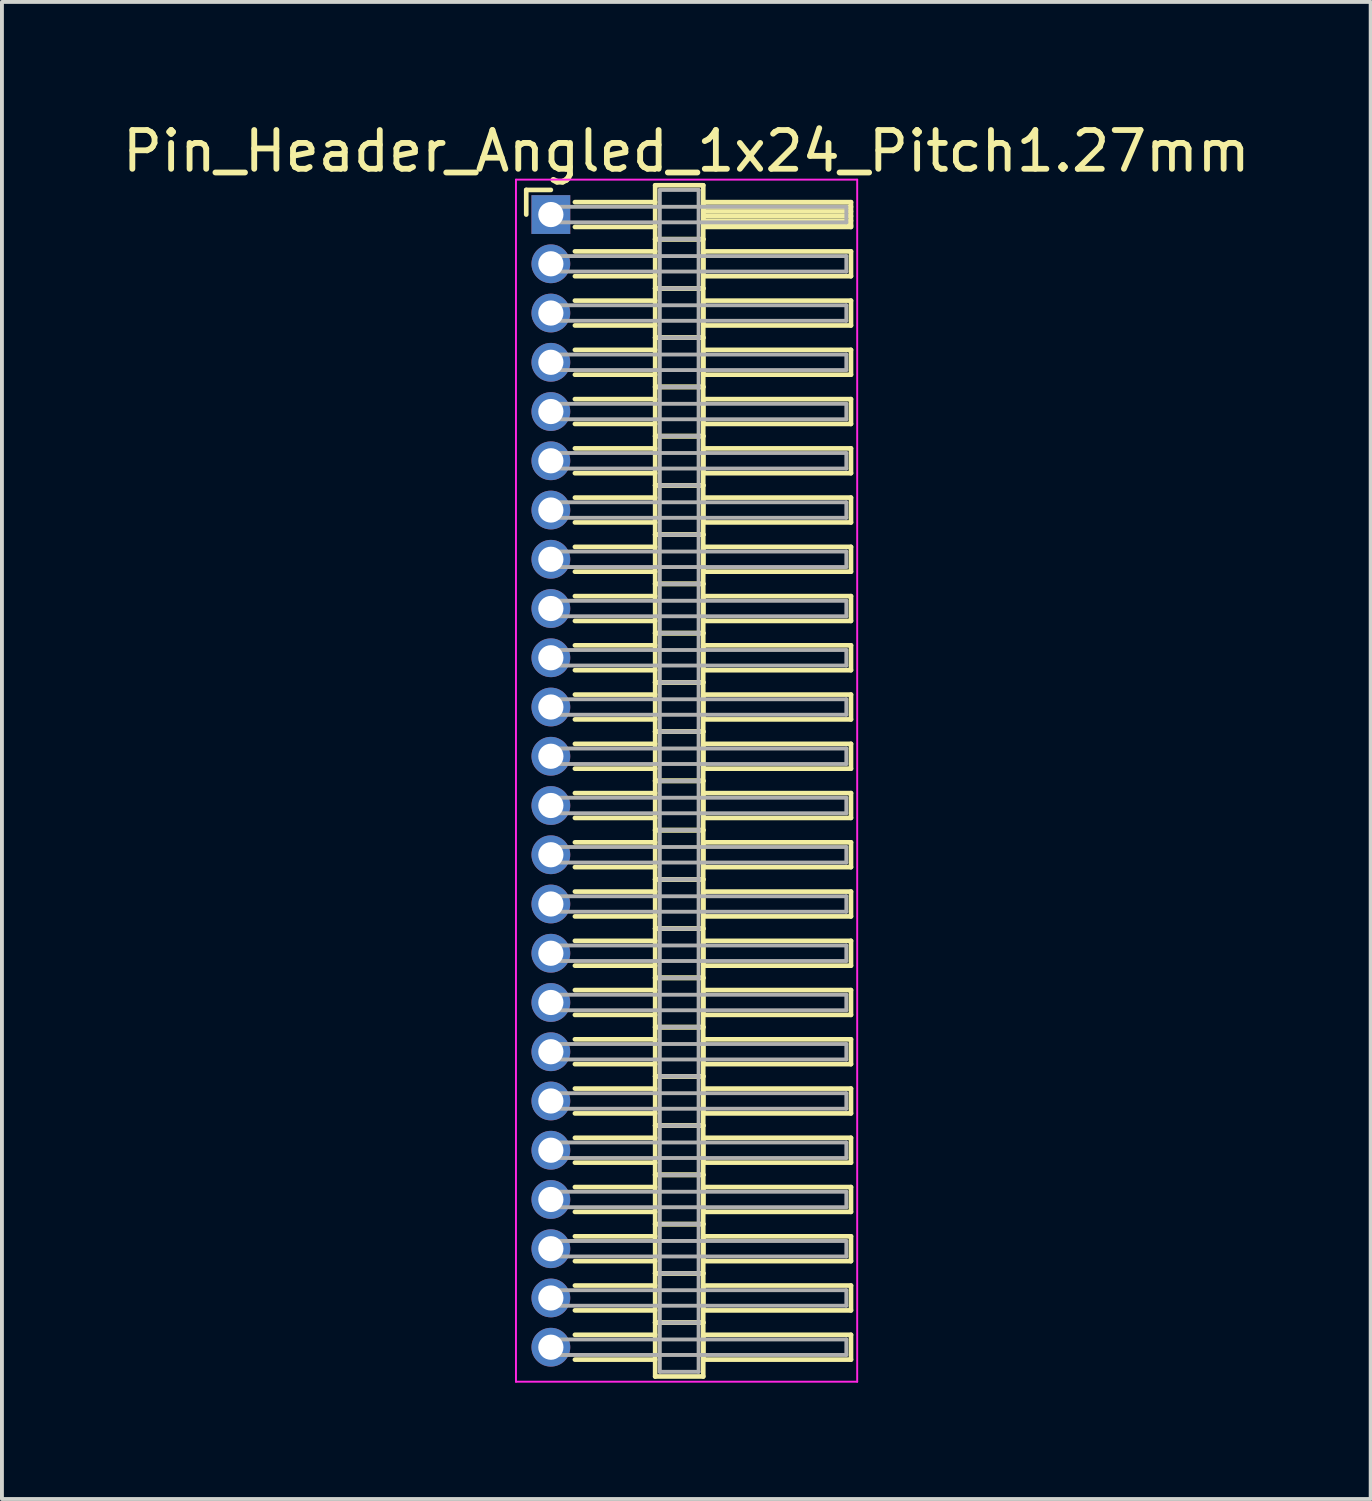
<source format=kicad_pcb>
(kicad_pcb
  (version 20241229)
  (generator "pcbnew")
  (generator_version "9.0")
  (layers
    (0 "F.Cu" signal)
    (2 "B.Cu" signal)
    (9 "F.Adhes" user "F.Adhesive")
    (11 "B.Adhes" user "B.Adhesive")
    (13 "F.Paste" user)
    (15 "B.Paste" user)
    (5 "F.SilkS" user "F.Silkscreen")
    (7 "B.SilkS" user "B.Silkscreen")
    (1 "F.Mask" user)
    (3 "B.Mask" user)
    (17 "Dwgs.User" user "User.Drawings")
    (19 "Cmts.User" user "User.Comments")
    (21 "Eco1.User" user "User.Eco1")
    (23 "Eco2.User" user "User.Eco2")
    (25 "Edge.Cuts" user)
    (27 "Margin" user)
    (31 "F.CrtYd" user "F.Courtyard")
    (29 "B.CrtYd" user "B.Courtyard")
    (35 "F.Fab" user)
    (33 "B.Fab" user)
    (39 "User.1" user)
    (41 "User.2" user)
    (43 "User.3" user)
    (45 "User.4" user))
  (footprint "Pin_Header_Angled_1x24_Pitch1.27mm"
    (layer "F.Cu")
    (at 11.156 2.483)
    (property "Reference" "Pin_Header_Angled_1x24_Pitch1.27mm" (at 3.493 -1.635 0) (layer "F.SilkS") (effects (font (size 1 1) (thickness 0.15))))
    (attr through_hole)
    (fp_line (start -0.635 -0.635) (end 0 -0.635) (stroke (width 0.12) (type solid)) (layer "F.SilkS"))
    (fp_line (start -0.635 0) (end -0.635 -0.635) (stroke (width 0.12) (type solid)) (layer "F.SilkS"))
    (fp_line (start 0.62 -0.32) (end 2.69 -0.32) (stroke (width 0.12) (type solid)) (layer "F.SilkS"))
    (fp_line (start 0.62 0.32) (end 2.69 0.32) (stroke (width 0.12) (type solid)) (layer "F.SilkS"))
    (fp_line (start 0.62 0.95) (end 2.69 0.95) (stroke (width 0.12) (type solid)) (layer "F.SilkS"))
    (fp_line (start 0.62 1.59) (end 2.69 1.59) (stroke (width 0.12) (type solid)) (layer "F.SilkS"))
    (fp_line (start 0.62 2.22) (end 2.69 2.22) (stroke (width 0.12) (type solid)) (layer "F.SilkS"))
    (fp_line (start 0.62 2.86) (end 2.69 2.86) (stroke (width 0.12) (type solid)) (layer "F.SilkS"))
    (fp_line (start 0.62 3.49) (end 2.69 3.49) (stroke (width 0.12) (type solid)) (layer "F.SilkS"))
    (fp_line (start 0.62 4.13) (end 2.69 4.13) (stroke (width 0.12) (type solid)) (layer "F.SilkS"))
    (fp_line (start 0.62 4.76) (end 2.69 4.76) (stroke (width 0.12) (type solid)) (layer "F.SilkS"))
    (fp_line (start 0.62 5.4) (end 2.69 5.4) (stroke (width 0.12) (type solid)) (layer "F.SilkS"))
    (fp_line (start 0.62 6.03) (end 2.69 6.03) (stroke (width 0.12) (type solid)) (layer "F.SilkS"))
    (fp_line (start 0.62 6.67) (end 2.69 6.67) (stroke (width 0.12) (type solid)) (layer "F.SilkS"))
    (fp_line (start 0.62 7.3) (end 2.69 7.3) (stroke (width 0.12) (type solid)) (layer "F.SilkS"))
    (fp_line (start 0.62 7.94) (end 2.69 7.94) (stroke (width 0.12) (type solid)) (layer "F.SilkS"))
    (fp_line (start 0.62 8.57) (end 2.69 8.57) (stroke (width 0.12) (type solid)) (layer "F.SilkS"))
    (fp_line (start 0.62 9.21) (end 2.69 9.21) (stroke (width 0.12) (type solid)) (layer "F.SilkS"))
    (fp_line (start 0.62 9.84) (end 2.69 9.84) (stroke (width 0.12) (type solid)) (layer "F.SilkS"))
    (fp_line (start 0.62 10.48) (end 2.69 10.48) (stroke (width 0.12) (type solid)) (layer "F.SilkS"))
    (fp_line (start 0.62 11.11) (end 2.69 11.11) (stroke (width 0.12) (type solid)) (layer "F.SilkS"))
    (fp_line (start 0.62 11.75) (end 2.69 11.75) (stroke (width 0.12) (type solid)) (layer "F.SilkS"))
    (fp_line (start 0.62 12.38) (end 2.69 12.38) (stroke (width 0.12) (type solid)) (layer "F.SilkS"))
    (fp_line (start 0.62 13.02) (end 2.69 13.02) (stroke (width 0.12) (type solid)) (layer "F.SilkS"))
    (fp_line (start 0.62 13.65) (end 2.69 13.65) (stroke (width 0.12) (type solid)) (layer "F.SilkS"))
    (fp_line (start 0.62 14.29) (end 2.69 14.29) (stroke (width 0.12) (type solid)) (layer "F.SilkS"))
    (fp_line (start 0.62 14.92) (end 2.69 14.92) (stroke (width 0.12) (type solid)) (layer "F.SilkS"))
    (fp_line (start 0.62 15.56) (end 2.69 15.56) (stroke (width 0.12) (type solid)) (layer "F.SilkS"))
    (fp_line (start 0.62 16.19) (end 2.69 16.19) (stroke (width 0.12) (type solid)) (layer "F.SilkS"))
    (fp_line (start 0.62 16.83) (end 2.69 16.83) (stroke (width 0.12) (type solid)) (layer "F.SilkS"))
    (fp_line (start 0.62 17.46) (end 2.69 17.46) (stroke (width 0.12) (type solid)) (layer "F.SilkS"))
    (fp_line (start 0.62 18.1) (end 2.69 18.1) (stroke (width 0.12) (type solid)) (layer "F.SilkS"))
    (fp_line (start 0.62 18.73) (end 2.69 18.73) (stroke (width 0.12) (type solid)) (layer "F.SilkS"))
    (fp_line (start 0.62 19.37) (end 2.69 19.37) (stroke (width 0.12) (type solid)) (layer "F.SilkS"))
    (fp_line (start 0.62 20) (end 2.69 20) (stroke (width 0.12) (type solid)) (layer "F.SilkS"))
    (fp_line (start 0.62 20.64) (end 2.69 20.64) (stroke (width 0.12) (type solid)) (layer "F.SilkS"))
    (fp_line (start 0.62 21.27) (end 2.69 21.27) (stroke (width 0.12) (type solid)) (layer "F.SilkS"))
    (fp_line (start 0.62 21.91) (end 2.69 21.91) (stroke (width 0.12) (type solid)) (layer "F.SilkS"))
    (fp_line (start 0.62 22.54) (end 2.69 22.54) (stroke (width 0.12) (type solid)) (layer "F.SilkS"))
    (fp_line (start 0.62 23.18) (end 2.69 23.18) (stroke (width 0.12) (type solid)) (layer "F.SilkS"))
    (fp_line (start 0.62 23.81) (end 2.69 23.81) (stroke (width 0.12) (type solid)) (layer "F.SilkS"))
    (fp_line (start 0.62 24.45) (end 2.69 24.45) (stroke (width 0.12) (type solid)) (layer "F.SilkS"))
    (fp_line (start 0.62 25.08) (end 2.69 25.08) (stroke (width 0.12) (type solid)) (layer "F.SilkS"))
    (fp_line (start 0.62 25.72) (end 2.69 25.72) (stroke (width 0.12) (type solid)) (layer "F.SilkS"))
    (fp_line (start 0.62 26.35) (end 2.69 26.35) (stroke (width 0.12) (type solid)) (layer "F.SilkS"))
    (fp_line (start 0.62 26.99) (end 2.69 26.99) (stroke (width 0.12) (type solid)) (layer "F.SilkS"))
    (fp_line (start 0.62 27.62) (end 2.69 27.62) (stroke (width 0.12) (type solid)) (layer "F.SilkS"))
    (fp_line (start 0.62 28.26) (end 2.69 28.26) (stroke (width 0.12) (type solid)) (layer "F.SilkS"))
    (fp_line (start 0.62 28.89) (end 2.69 28.89) (stroke (width 0.12) (type solid)) (layer "F.SilkS"))
    (fp_line (start 0.62 29.53) (end 2.69 29.53) (stroke (width 0.12) (type solid)) (layer "F.SilkS"))
    (fp_line (start 2.69 -0.755) (end 2.69 0.635) (stroke (width 0.12) (type solid)) (layer "F.SilkS"))
    (fp_line (start 2.69 0.635) (end 2.69 1.905) (stroke (width 0.12) (type solid)) (layer "F.SilkS"))
    (fp_line (start 2.69 0.635) (end 3.93 0.635) (stroke (width 0.12) (type solid)) (layer "F.SilkS"))
    (fp_line (start 2.69 1.905) (end 2.69 3.175) (stroke (width 0.12) (type solid)) (layer "F.SilkS"))
    (fp_line (start 2.69 1.905) (end 3.93 1.905) (stroke (width 0.12) (type solid)) (layer "F.SilkS"))
    (fp_line (start 2.69 3.175) (end 2.69 4.445) (stroke (width 0.12) (type solid)) (layer "F.SilkS"))
    (fp_line (start 2.69 3.175) (end 3.93 3.175) (stroke (width 0.12) (type solid)) (layer "F.SilkS"))
    (fp_line (start 2.69 4.445) (end 2.69 5.715) (stroke (width 0.12) (type solid)) (layer "F.SilkS"))
    (fp_line (start 2.69 4.445) (end 3.93 4.445) (stroke (width 0.12) (type solid)) (layer "F.SilkS"))
    (fp_line (start 2.69 5.715) (end 2.69 6.985) (stroke (width 0.12) (type solid)) (layer "F.SilkS"))
    (fp_line (start 2.69 5.715) (end 3.93 5.715) (stroke (width 0.12) (type solid)) (layer "F.SilkS"))
    (fp_line (start 2.69 6.985) (end 2.69 8.255) (stroke (width 0.12) (type solid)) (layer "F.SilkS"))
    (fp_line (start 2.69 6.985) (end 3.93 6.985) (stroke (width 0.12) (type solid)) (layer "F.SilkS"))
    (fp_line (start 2.69 8.255) (end 2.69 9.525) (stroke (width 0.12) (type solid)) (layer "F.SilkS"))
    (fp_line (start 2.69 8.255) (end 3.93 8.255) (stroke (width 0.12) (type solid)) (layer "F.SilkS"))
    (fp_line (start 2.69 9.525) (end 2.69 10.795) (stroke (width 0.12) (type solid)) (layer "F.SilkS"))
    (fp_line (start 2.69 9.525) (end 3.93 9.525) (stroke (width 0.12) (type solid)) (layer "F.SilkS"))
    (fp_line (start 2.69 10.795) (end 2.69 12.065) (stroke (width 0.12) (type solid)) (layer "F.SilkS"))
    (fp_line (start 2.69 10.795) (end 3.93 10.795) (stroke (width 0.12) (type solid)) (layer "F.SilkS"))
    (fp_line (start 2.69 12.065) (end 2.69 13.335) (stroke (width 0.12) (type solid)) (layer "F.SilkS"))
    (fp_line (start 2.69 12.065) (end 3.93 12.065) (stroke (width 0.12) (type solid)) (layer "F.SilkS"))
    (fp_line (start 2.69 13.335) (end 2.69 14.605) (stroke (width 0.12) (type solid)) (layer "F.SilkS"))
    (fp_line (start 2.69 13.335) (end 3.93 13.335) (stroke (width 0.12) (type solid)) (layer "F.SilkS"))
    (fp_line (start 2.69 14.605) (end 2.69 15.875) (stroke (width 0.12) (type solid)) (layer "F.SilkS"))
    (fp_line (start 2.69 14.605) (end 3.93 14.605) (stroke (width 0.12) (type solid)) (layer "F.SilkS"))
    (fp_line (start 2.69 15.875) (end 2.69 17.145) (stroke (width 0.12) (type solid)) (layer "F.SilkS"))
    (fp_line (start 2.69 15.875) (end 3.93 15.875) (stroke (width 0.12) (type solid)) (layer "F.SilkS"))
    (fp_line (start 2.69 17.145) (end 2.69 18.415) (stroke (width 0.12) (type solid)) (layer "F.SilkS"))
    (fp_line (start 2.69 17.145) (end 3.93 17.145) (stroke (width 0.12) (type solid)) (layer "F.SilkS"))
    (fp_line (start 2.69 18.415) (end 2.69 19.685) (stroke (width 0.12) (type solid)) (layer "F.SilkS"))
    (fp_line (start 2.69 18.415) (end 3.93 18.415) (stroke (width 0.12) (type solid)) (layer "F.SilkS"))
    (fp_line (start 2.69 19.685) (end 2.69 20.955) (stroke (width 0.12) (type solid)) (layer "F.SilkS"))
    (fp_line (start 2.69 19.685) (end 3.93 19.685) (stroke (width 0.12) (type solid)) (layer "F.SilkS"))
    (fp_line (start 2.69 20.955) (end 2.69 22.225) (stroke (width 0.12) (type solid)) (layer "F.SilkS"))
    (fp_line (start 2.69 20.955) (end 3.93 20.955) (stroke (width 0.12) (type solid)) (layer "F.SilkS"))
    (fp_line (start 2.69 22.225) (end 2.69 23.495) (stroke (width 0.12) (type solid)) (layer "F.SilkS"))
    (fp_line (start 2.69 22.225) (end 3.93 22.225) (stroke (width 0.12) (type solid)) (layer "F.SilkS"))
    (fp_line (start 2.69 23.495) (end 2.69 24.765) (stroke (width 0.12) (type solid)) (layer "F.SilkS"))
    (fp_line (start 2.69 23.495) (end 3.93 23.495) (stroke (width 0.12) (type solid)) (layer "F.SilkS"))
    (fp_line (start 2.69 24.765) (end 2.69 26.035) (stroke (width 0.12) (type solid)) (layer "F.SilkS"))
    (fp_line (start 2.69 24.765) (end 3.93 24.765) (stroke (width 0.12) (type solid)) (layer "F.SilkS"))
    (fp_line (start 2.69 26.035) (end 2.69 27.305) (stroke (width 0.12) (type solid)) (layer "F.SilkS"))
    (fp_line (start 2.69 26.035) (end 3.93 26.035) (stroke (width 0.12) (type solid)) (layer "F.SilkS"))
    (fp_line (start 2.69 27.305) (end 2.69 28.575) (stroke (width 0.12) (type solid)) (layer "F.SilkS"))
    (fp_line (start 2.69 27.305) (end 3.93 27.305) (stroke (width 0.12) (type solid)) (layer "F.SilkS"))
    (fp_line (start 2.69 28.575) (end 2.69 29.965) (stroke (width 0.12) (type solid)) (layer "F.SilkS"))
    (fp_line (start 2.69 28.575) (end 3.93 28.575) (stroke (width 0.12) (type solid)) (layer "F.SilkS"))
    (fp_line (start 2.69 29.965) (end 3.93 29.965) (stroke (width 0.12) (type solid)) (layer "F.SilkS"))
    (fp_line (start 3.93 -0.755) (end 2.69 -0.755) (stroke (width 0.12) (type solid)) (layer "F.SilkS"))
    (fp_line (start 3.93 -0.32) (end 3.93 0.32) (stroke (width 0.12) (type solid)) (layer "F.SilkS"))
    (fp_line (start 3.93 -0.2) (end 7.74 -0.2) (stroke (width 0.12) (type solid)) (layer "F.SilkS"))
    (fp_line (start 3.93 -0.08) (end 7.74 -0.08) (stroke (width 0.12) (type solid)) (layer "F.SilkS"))
    (fp_line (start 3.93 0.04) (end 7.74 0.04) (stroke (width 0.12) (type solid)) (layer "F.SilkS"))
    (fp_line (start 3.93 0.16) (end 7.74 0.16) (stroke (width 0.12) (type solid)) (layer "F.SilkS"))
    (fp_line (start 3.93 0.28) (end 7.74 0.28) (stroke (width 0.12) (type solid)) (layer "F.SilkS"))
    (fp_line (start 3.93 0.32) (end 7.74 0.32) (stroke (width 0.12) (type solid)) (layer "F.SilkS"))
    (fp_line (start 3.93 0.635) (end 2.69 0.635) (stroke (width 0.12) (type solid)) (layer "F.SilkS"))
    (fp_line (start 3.93 0.635) (end 3.93 -0.755) (stroke (width 0.12) (type solid)) (layer "F.SilkS"))
    (fp_line (start 3.93 0.95) (end 3.93 1.59) (stroke (width 0.12) (type solid)) (layer "F.SilkS"))
    (fp_line (start 3.93 1.59) (end 7.74 1.59) (stroke (width 0.12) (type solid)) (layer "F.SilkS"))
    (fp_line (start 3.93 1.905) (end 2.69 1.905) (stroke (width 0.12) (type solid)) (layer "F.SilkS"))
    (fp_line (start 3.93 1.905) (end 3.93 0.635) (stroke (width 0.12) (type solid)) (layer "F.SilkS"))
    (fp_line (start 3.93 2.22) (end 3.93 2.86) (stroke (width 0.12) (type solid)) (layer "F.SilkS"))
    (fp_line (start 3.93 2.86) (end 7.74 2.86) (stroke (width 0.12) (type solid)) (layer "F.SilkS"))
    (fp_line (start 3.93 3.175) (end 2.69 3.175) (stroke (width 0.12) (type solid)) (layer "F.SilkS"))
    (fp_line (start 3.93 3.175) (end 3.93 1.905) (stroke (width 0.12) (type solid)) (layer "F.SilkS"))
    (fp_line (start 3.93 3.49) (end 3.93 4.13) (stroke (width 0.12) (type solid)) (layer "F.SilkS"))
    (fp_line (start 3.93 4.13) (end 7.74 4.13) (stroke (width 0.12) (type solid)) (layer "F.SilkS"))
    (fp_line (start 3.93 4.445) (end 2.69 4.445) (stroke (width 0.12) (type solid)) (layer "F.SilkS"))
    (fp_line (start 3.93 4.445) (end 3.93 3.175) (stroke (width 0.12) (type solid)) (layer "F.SilkS"))
    (fp_line (start 3.93 4.76) (end 3.93 5.4) (stroke (width 0.12) (type solid)) (layer "F.SilkS"))
    (fp_line (start 3.93 5.4) (end 7.74 5.4) (stroke (width 0.12) (type solid)) (layer "F.SilkS"))
    (fp_line (start 3.93 5.715) (end 2.69 5.715) (stroke (width 0.12) (type solid)) (layer "F.SilkS"))
    (fp_line (start 3.93 5.715) (end 3.93 4.445) (stroke (width 0.12) (type solid)) (layer "F.SilkS"))
    (fp_line (start 3.93 6.03) (end 3.93 6.67) (stroke (width 0.12) (type solid)) (layer "F.SilkS"))
    (fp_line (start 3.93 6.67) (end 7.74 6.67) (stroke (width 0.12) (type solid)) (layer "F.SilkS"))
    (fp_line (start 3.93 6.985) (end 2.69 6.985) (stroke (width 0.12) (type solid)) (layer "F.SilkS"))
    (fp_line (start 3.93 6.985) (end 3.93 5.715) (stroke (width 0.12) (type solid)) (layer "F.SilkS"))
    (fp_line (start 3.93 7.3) (end 3.93 7.94) (stroke (width 0.12) (type solid)) (layer "F.SilkS"))
    (fp_line (start 3.93 7.94) (end 7.74 7.94) (stroke (width 0.12) (type solid)) (layer "F.SilkS"))
    (fp_line (start 3.93 8.255) (end 2.69 8.255) (stroke (width 0.12) (type solid)) (layer "F.SilkS"))
    (fp_line (start 3.93 8.255) (end 3.93 6.985) (stroke (width 0.12) (type solid)) (layer "F.SilkS"))
    (fp_line (start 3.93 8.57) (end 3.93 9.21) (stroke (width 0.12) (type solid)) (layer "F.SilkS"))
    (fp_line (start 3.93 9.21) (end 7.74 9.21) (stroke (width 0.12) (type solid)) (layer "F.SilkS"))
    (fp_line (start 3.93 9.525) (end 2.69 9.525) (stroke (width 0.12) (type solid)) (layer "F.SilkS"))
    (fp_line (start 3.93 9.525) (end 3.93 8.255) (stroke (width 0.12) (type solid)) (layer "F.SilkS"))
    (fp_line (start 3.93 9.84) (end 3.93 10.48) (stroke (width 0.12) (type solid)) (layer "F.SilkS"))
    (fp_line (start 3.93 10.48) (end 7.74 10.48) (stroke (width 0.12) (type solid)) (layer "F.SilkS"))
    (fp_line (start 3.93 10.795) (end 2.69 10.795) (stroke (width 0.12) (type solid)) (layer "F.SilkS"))
    (fp_line (start 3.93 10.795) (end 3.93 9.525) (stroke (width 0.12) (type solid)) (layer "F.SilkS"))
    (fp_line (start 3.93 11.11) (end 3.93 11.75) (stroke (width 0.12) (type solid)) (layer "F.SilkS"))
    (fp_line (start 3.93 11.75) (end 7.74 11.75) (stroke (width 0.12) (type solid)) (layer "F.SilkS"))
    (fp_line (start 3.93 12.065) (end 2.69 12.065) (stroke (width 0.12) (type solid)) (layer "F.SilkS"))
    (fp_line (start 3.93 12.065) (end 3.93 10.795) (stroke (width 0.12) (type solid)) (layer "F.SilkS"))
    (fp_line (start 3.93 12.38) (end 3.93 13.02) (stroke (width 0.12) (type solid)) (layer "F.SilkS"))
    (fp_line (start 3.93 13.02) (end 7.74 13.02) (stroke (width 0.12) (type solid)) (layer "F.SilkS"))
    (fp_line (start 3.93 13.335) (end 2.69 13.335) (stroke (width 0.12) (type solid)) (layer "F.SilkS"))
    (fp_line (start 3.93 13.335) (end 3.93 12.065) (stroke (width 0.12) (type solid)) (layer "F.SilkS"))
    (fp_line (start 3.93 13.65) (end 3.93 14.29) (stroke (width 0.12) (type solid)) (layer "F.SilkS"))
    (fp_line (start 3.93 14.29) (end 7.74 14.29) (stroke (width 0.12) (type solid)) (layer "F.SilkS"))
    (fp_line (start 3.93 14.605) (end 2.69 14.605) (stroke (width 0.12) (type solid)) (layer "F.SilkS"))
    (fp_line (start 3.93 14.605) (end 3.93 13.335) (stroke (width 0.12) (type solid)) (layer "F.SilkS"))
    (fp_line (start 3.93 14.92) (end 3.93 15.56) (stroke (width 0.12) (type solid)) (layer "F.SilkS"))
    (fp_line (start 3.93 15.56) (end 7.74 15.56) (stroke (width 0.12) (type solid)) (layer "F.SilkS"))
    (fp_line (start 3.93 15.875) (end 2.69 15.875) (stroke (width 0.12) (type solid)) (layer "F.SilkS"))
    (fp_line (start 3.93 15.875) (end 3.93 14.605) (stroke (width 0.12) (type solid)) (layer "F.SilkS"))
    (fp_line (start 3.93 16.19) (end 3.93 16.83) (stroke (width 0.12) (type solid)) (layer "F.SilkS"))
    (fp_line (start 3.93 16.83) (end 7.74 16.83) (stroke (width 0.12) (type solid)) (layer "F.SilkS"))
    (fp_line (start 3.93 17.145) (end 2.69 17.145) (stroke (width 0.12) (type solid)) (layer "F.SilkS"))
    (fp_line (start 3.93 17.145) (end 3.93 15.875) (stroke (width 0.12) (type solid)) (layer "F.SilkS"))
    (fp_line (start 3.93 17.46) (end 3.93 18.1) (stroke (width 0.12) (type solid)) (layer "F.SilkS"))
    (fp_line (start 3.93 18.1) (end 7.74 18.1) (stroke (width 0.12) (type solid)) (layer "F.SilkS"))
    (fp_line (start 3.93 18.415) (end 2.69 18.415) (stroke (width 0.12) (type solid)) (layer "F.SilkS"))
    (fp_line (start 3.93 18.415) (end 3.93 17.145) (stroke (width 0.12) (type solid)) (layer "F.SilkS"))
    (fp_line (start 3.93 18.73) (end 3.93 19.37) (stroke (width 0.12) (type solid)) (layer "F.SilkS"))
    (fp_line (start 3.93 19.37) (end 7.74 19.37) (stroke (width 0.12) (type solid)) (layer "F.SilkS"))
    (fp_line (start 3.93 19.685) (end 2.69 19.685) (stroke (width 0.12) (type solid)) (layer "F.SilkS"))
    (fp_line (start 3.93 19.685) (end 3.93 18.415) (stroke (width 0.12) (type solid)) (layer "F.SilkS"))
    (fp_line (start 3.93 20) (end 3.93 20.64) (stroke (width 0.12) (type solid)) (layer "F.SilkS"))
    (fp_line (start 3.93 20.64) (end 7.74 20.64) (stroke (width 0.12) (type solid)) (layer "F.SilkS"))
    (fp_line (start 3.93 20.955) (end 2.69 20.955) (stroke (width 0.12) (type solid)) (layer "F.SilkS"))
    (fp_line (start 3.93 20.955) (end 3.93 19.685) (stroke (width 0.12) (type solid)) (layer "F.SilkS"))
    (fp_line (start 3.93 21.27) (end 3.93 21.91) (stroke (width 0.12) (type solid)) (layer "F.SilkS"))
    (fp_line (start 3.93 21.91) (end 7.74 21.91) (stroke (width 0.12) (type solid)) (layer "F.SilkS"))
    (fp_line (start 3.93 22.225) (end 2.69 22.225) (stroke (width 0.12) (type solid)) (layer "F.SilkS"))
    (fp_line (start 3.93 22.225) (end 3.93 20.955) (stroke (width 0.12) (type solid)) (layer "F.SilkS"))
    (fp_line (start 3.93 22.54) (end 3.93 23.18) (stroke (width 0.12) (type solid)) (layer "F.SilkS"))
    (fp_line (start 3.93 23.18) (end 7.74 23.18) (stroke (width 0.12) (type solid)) (layer "F.SilkS"))
    (fp_line (start 3.93 23.495) (end 2.69 23.495) (stroke (width 0.12) (type solid)) (layer "F.SilkS"))
    (fp_line (start 3.93 23.495) (end 3.93 22.225) (stroke (width 0.12) (type solid)) (layer "F.SilkS"))
    (fp_line (start 3.93 23.81) (end 3.93 24.45) (stroke (width 0.12) (type solid)) (layer "F.SilkS"))
    (fp_line (start 3.93 24.45) (end 7.74 24.45) (stroke (width 0.12) (type solid)) (layer "F.SilkS"))
    (fp_line (start 3.93 24.765) (end 2.69 24.765) (stroke (width 0.12) (type solid)) (layer "F.SilkS"))
    (fp_line (start 3.93 24.765) (end 3.93 23.495) (stroke (width 0.12) (type solid)) (layer "F.SilkS"))
    (fp_line (start 3.93 25.08) (end 3.93 25.72) (stroke (width 0.12) (type solid)) (layer "F.SilkS"))
    (fp_line (start 3.93 25.72) (end 7.74 25.72) (stroke (width 0.12) (type solid)) (layer "F.SilkS"))
    (fp_line (start 3.93 26.035) (end 2.69 26.035) (stroke (width 0.12) (type solid)) (layer "F.SilkS"))
    (fp_line (start 3.93 26.035) (end 3.93 24.765) (stroke (width 0.12) (type solid)) (layer "F.SilkS"))
    (fp_line (start 3.93 26.35) (end 3.93 26.99) (stroke (width 0.12) (type solid)) (layer "F.SilkS"))
    (fp_line (start 3.93 26.99) (end 7.74 26.99) (stroke (width 0.12) (type solid)) (layer "F.SilkS"))
    (fp_line (start 3.93 27.305) (end 2.69 27.305) (stroke (width 0.12) (type solid)) (layer "F.SilkS"))
    (fp_line (start 3.93 27.305) (end 3.93 26.035) (stroke (width 0.12) (type solid)) (layer "F.SilkS"))
    (fp_line (start 3.93 27.62) (end 3.93 28.26) (stroke (width 0.12) (type solid)) (layer "F.SilkS"))
    (fp_line (start 3.93 28.26) (end 7.74 28.26) (stroke (width 0.12) (type solid)) (layer "F.SilkS"))
    (fp_line (start 3.93 28.575) (end 2.69 28.575) (stroke (width 0.12) (type solid)) (layer "F.SilkS"))
    (fp_line (start 3.93 28.575) (end 3.93 27.305) (stroke (width 0.12) (type solid)) (layer "F.SilkS"))
    (fp_line (start 3.93 28.89) (end 3.93 29.53) (stroke (width 0.12) (type solid)) (layer "F.SilkS"))
    (fp_line (start 3.93 29.53) (end 7.74 29.53) (stroke (width 0.12) (type solid)) (layer "F.SilkS"))
    (fp_line (start 3.93 29.965) (end 3.93 28.575) (stroke (width 0.12) (type solid)) (layer "F.SilkS"))
    (fp_line (start 7.74 -0.32) (end 3.93 -0.32) (stroke (width 0.12) (type solid)) (layer "F.SilkS"))
    (fp_line (start 7.74 0.32) (end 7.74 -0.32) (stroke (width 0.12) (type solid)) (layer "F.SilkS"))
    (fp_line (start 7.74 0.95) (end 3.93 0.95) (stroke (width 0.12) (type solid)) (layer "F.SilkS"))
    (fp_line (start 7.74 1.59) (end 7.74 0.95) (stroke (width 0.12) (type solid)) (layer "F.SilkS"))
    (fp_line (start 7.74 2.22) (end 3.93 2.22) (stroke (width 0.12) (type solid)) (layer "F.SilkS"))
    (fp_line (start 7.74 2.86) (end 7.74 2.22) (stroke (width 0.12) (type solid)) (layer "F.SilkS"))
    (fp_line (start 7.74 3.49) (end 3.93 3.49) (stroke (width 0.12) (type solid)) (layer "F.SilkS"))
    (fp_line (start 7.74 4.13) (end 7.74 3.49) (stroke (width 0.12) (type solid)) (layer "F.SilkS"))
    (fp_line (start 7.74 4.76) (end 3.93 4.76) (stroke (width 0.12) (type solid)) (layer "F.SilkS"))
    (fp_line (start 7.74 5.4) (end 7.74 4.76) (stroke (width 0.12) (type solid)) (layer "F.SilkS"))
    (fp_line (start 7.74 6.03) (end 3.93 6.03) (stroke (width 0.12) (type solid)) (layer "F.SilkS"))
    (fp_line (start 7.74 6.67) (end 7.74 6.03) (stroke (width 0.12) (type solid)) (layer "F.SilkS"))
    (fp_line (start 7.74 7.3) (end 3.93 7.3) (stroke (width 0.12) (type solid)) (layer "F.SilkS"))
    (fp_line (start 7.74 7.94) (end 7.74 7.3) (stroke (width 0.12) (type solid)) (layer "F.SilkS"))
    (fp_line (start 7.74 8.57) (end 3.93 8.57) (stroke (width 0.12) (type solid)) (layer "F.SilkS"))
    (fp_line (start 7.74 9.21) (end 7.74 8.57) (stroke (width 0.12) (type solid)) (layer "F.SilkS"))
    (fp_line (start 7.74 9.84) (end 3.93 9.84) (stroke (width 0.12) (type solid)) (layer "F.SilkS"))
    (fp_line (start 7.74 10.48) (end 7.74 9.84) (stroke (width 0.12) (type solid)) (layer "F.SilkS"))
    (fp_line (start 7.74 11.11) (end 3.93 11.11) (stroke (width 0.12) (type solid)) (layer "F.SilkS"))
    (fp_line (start 7.74 11.75) (end 7.74 11.11) (stroke (width 0.12) (type solid)) (layer "F.SilkS"))
    (fp_line (start 7.74 12.38) (end 3.93 12.38) (stroke (width 0.12) (type solid)) (layer "F.SilkS"))
    (fp_line (start 7.74 13.02) (end 7.74 12.38) (stroke (width 0.12) (type solid)) (layer "F.SilkS"))
    (fp_line (start 7.74 13.65) (end 3.93 13.65) (stroke (width 0.12) (type solid)) (layer "F.SilkS"))
    (fp_line (start 7.74 14.29) (end 7.74 13.65) (stroke (width 0.12) (type solid)) (layer "F.SilkS"))
    (fp_line (start 7.74 14.92) (end 3.93 14.92) (stroke (width 0.12) (type solid)) (layer "F.SilkS"))
    (fp_line (start 7.74 15.56) (end 7.74 14.92) (stroke (width 0.12) (type solid)) (layer "F.SilkS"))
    (fp_line (start 7.74 16.19) (end 3.93 16.19) (stroke (width 0.12) (type solid)) (layer "F.SilkS"))
    (fp_line (start 7.74 16.83) (end 7.74 16.19) (stroke (width 0.12) (type solid)) (layer "F.SilkS"))
    (fp_line (start 7.74 17.46) (end 3.93 17.46) (stroke (width 0.12) (type solid)) (layer "F.SilkS"))
    (fp_line (start 7.74 18.1) (end 7.74 17.46) (stroke (width 0.12) (type solid)) (layer "F.SilkS"))
    (fp_line (start 7.74 18.73) (end 3.93 18.73) (stroke (width 0.12) (type solid)) (layer "F.SilkS"))
    (fp_line (start 7.74 19.37) (end 7.74 18.73) (stroke (width 0.12) (type solid)) (layer "F.SilkS"))
    (fp_line (start 7.74 20) (end 3.93 20) (stroke (width 0.12) (type solid)) (layer "F.SilkS"))
    (fp_line (start 7.74 20.64) (end 7.74 20) (stroke (width 0.12) (type solid)) (layer "F.SilkS"))
    (fp_line (start 7.74 21.27) (end 3.93 21.27) (stroke (width 0.12) (type solid)) (layer "F.SilkS"))
    (fp_line (start 7.74 21.91) (end 7.74 21.27) (stroke (width 0.12) (type solid)) (layer "F.SilkS"))
    (fp_line (start 7.74 22.54) (end 3.93 22.54) (stroke (width 0.12) (type solid)) (layer "F.SilkS"))
    (fp_line (start 7.74 23.18) (end 7.74 22.54) (stroke (width 0.12) (type solid)) (layer "F.SilkS"))
    (fp_line (start 7.74 23.81) (end 3.93 23.81) (stroke (width 0.12) (type solid)) (layer "F.SilkS"))
    (fp_line (start 7.74 24.45) (end 7.74 23.81) (stroke (width 0.12) (type solid)) (layer "F.SilkS"))
    (fp_line (start 7.74 25.08) (end 3.93 25.08) (stroke (width 0.12) (type solid)) (layer "F.SilkS"))
    (fp_line (start 7.74 25.72) (end 7.74 25.08) (stroke (width 0.12) (type solid)) (layer "F.SilkS"))
    (fp_line (start 7.74 26.35) (end 3.93 26.35) (stroke (width 0.12) (type solid)) (layer "F.SilkS"))
    (fp_line (start 7.74 26.99) (end 7.74 26.35) (stroke (width 0.12) (type solid)) (layer "F.SilkS"))
    (fp_line (start 7.74 27.62) (end 3.93 27.62) (stroke (width 0.12) (type solid)) (layer "F.SilkS"))
    (fp_line (start 7.74 28.26) (end 7.74 27.62) (stroke (width 0.12) (type solid)) (layer "F.SilkS"))
    (fp_line (start 7.74 28.89) (end 3.93 28.89) (stroke (width 0.12) (type solid)) (layer "F.SilkS"))
    (fp_line (start 7.74 29.53) (end 7.74 28.89) (stroke (width 0.12) (type solid)) (layer "F.SilkS"))
    (fp_line (start -0.9 -0.9) (end -0.9 30.1) (stroke (width 0.05) (type solid)) (layer "F.CrtYd"))
    (fp_line (start -0.9 30.1) (end 7.9 30.1) (stroke (width 0.05) (type solid)) (layer "F.CrtYd"))
    (fp_line (start 7.9 -0.9) (end -0.9 -0.9) (stroke (width 0.05) (type solid)) (layer "F.CrtYd"))
    (fp_line (start 7.9 30.1) (end 7.9 -0.9) (stroke (width 0.05) (type solid)) (layer "F.CrtYd"))
    (fp_line (start 0 -0.2) (end 0 0.2) (stroke (width 0.1) (type solid)) (layer "F.Fab"))
    (fp_line (start 0 0.2) (end 7.62 0.2) (stroke (width 0.1) (type solid)) (layer "F.Fab"))
    (fp_line (start 0 1.07) (end 0 1.47) (stroke (width 0.1) (type solid)) (layer "F.Fab"))
    (fp_line (start 0 1.47) (end 7.62 1.47) (stroke (width 0.1) (type solid)) (layer "F.Fab"))
    (fp_line (start 0 2.34) (end 0 2.74) (stroke (width 0.1) (type solid)) (layer "F.Fab"))
    (fp_line (start 0 2.74) (end 7.62 2.74) (stroke (width 0.1) (type solid)) (layer "F.Fab"))
    (fp_line (start 0 3.61) (end 0 4.01) (stroke (width 0.1) (type solid)) (layer "F.Fab"))
    (fp_line (start 0 4.01) (end 7.62 4.01) (stroke (width 0.1) (type solid)) (layer "F.Fab"))
    (fp_line (start 0 4.88) (end 0 5.28) (stroke (width 0.1) (type solid)) (layer "F.Fab"))
    (fp_line (start 0 5.28) (end 7.62 5.28) (stroke (width 0.1) (type solid)) (layer "F.Fab"))
    (fp_line (start 0 6.15) (end 0 6.55) (stroke (width 0.1) (type solid)) (layer "F.Fab"))
    (fp_line (start 0 6.55) (end 7.62 6.55) (stroke (width 0.1) (type solid)) (layer "F.Fab"))
    (fp_line (start 0 7.42) (end 0 7.82) (stroke (width 0.1) (type solid)) (layer "F.Fab"))
    (fp_line (start 0 7.82) (end 7.62 7.82) (stroke (width 0.1) (type solid)) (layer "F.Fab"))
    (fp_line (start 0 8.69) (end 0 9.09) (stroke (width 0.1) (type solid)) (layer "F.Fab"))
    (fp_line (start 0 9.09) (end 7.62 9.09) (stroke (width 0.1) (type solid)) (layer "F.Fab"))
    (fp_line (start 0 9.96) (end 0 10.36) (stroke (width 0.1) (type solid)) (layer "F.Fab"))
    (fp_line (start 0 10.36) (end 7.62 10.36) (stroke (width 0.1) (type solid)) (layer "F.Fab"))
    (fp_line (start 0 11.23) (end 0 11.63) (stroke (width 0.1) (type solid)) (layer "F.Fab"))
    (fp_line (start 0 11.63) (end 7.62 11.63) (stroke (width 0.1) (type solid)) (layer "F.Fab"))
    (fp_line (start 0 12.5) (end 0 12.9) (stroke (width 0.1) (type solid)) (layer "F.Fab"))
    (fp_line (start 0 12.9) (end 7.62 12.9) (stroke (width 0.1) (type solid)) (layer "F.Fab"))
    (fp_line (start 0 13.77) (end 0 14.17) (stroke (width 0.1) (type solid)) (layer "F.Fab"))
    (fp_line (start 0 14.17) (end 7.62 14.17) (stroke (width 0.1) (type solid)) (layer "F.Fab"))
    (fp_line (start 0 15.04) (end 0 15.44) (stroke (width 0.1) (type solid)) (layer "F.Fab"))
    (fp_line (start 0 15.44) (end 7.62 15.44) (stroke (width 0.1) (type solid)) (layer "F.Fab"))
    (fp_line (start 0 16.31) (end 0 16.71) (stroke (width 0.1) (type solid)) (layer "F.Fab"))
    (fp_line (start 0 16.71) (end 7.62 16.71) (stroke (width 0.1) (type solid)) (layer "F.Fab"))
    (fp_line (start 0 17.58) (end 0 17.98) (stroke (width 0.1) (type solid)) (layer "F.Fab"))
    (fp_line (start 0 17.98) (end 7.62 17.98) (stroke (width 0.1) (type solid)) (layer "F.Fab"))
    (fp_line (start 0 18.85) (end 0 19.25) (stroke (width 0.1) (type solid)) (layer "F.Fab"))
    (fp_line (start 0 19.25) (end 7.62 19.25) (stroke (width 0.1) (type solid)) (layer "F.Fab"))
    (fp_line (start 0 20.12) (end 0 20.52) (stroke (width 0.1) (type solid)) (layer "F.Fab"))
    (fp_line (start 0 20.52) (end 7.62 20.52) (stroke (width 0.1) (type solid)) (layer "F.Fab"))
    (fp_line (start 0 21.39) (end 0 21.79) (stroke (width 0.1) (type solid)) (layer "F.Fab"))
    (fp_line (start 0 21.79) (end 7.62 21.79) (stroke (width 0.1) (type solid)) (layer "F.Fab"))
    (fp_line (start 0 22.66) (end 0 23.06) (stroke (width 0.1) (type solid)) (layer "F.Fab"))
    (fp_line (start 0 23.06) (end 7.62 23.06) (stroke (width 0.1) (type solid)) (layer "F.Fab"))
    (fp_line (start 0 23.93) (end 0 24.33) (stroke (width 0.1) (type solid)) (layer "F.Fab"))
    (fp_line (start 0 24.33) (end 7.62 24.33) (stroke (width 0.1) (type solid)) (layer "F.Fab"))
    (fp_line (start 0 25.2) (end 0 25.6) (stroke (width 0.1) (type solid)) (layer "F.Fab"))
    (fp_line (start 0 25.6) (end 7.62 25.6) (stroke (width 0.1) (type solid)) (layer "F.Fab"))
    (fp_line (start 0 26.47) (end 0 26.87) (stroke (width 0.1) (type solid)) (layer "F.Fab"))
    (fp_line (start 0 26.87) (end 7.62 26.87) (stroke (width 0.1) (type solid)) (layer "F.Fab"))
    (fp_line (start 0 27.74) (end 0 28.14) (stroke (width 0.1) (type solid)) (layer "F.Fab"))
    (fp_line (start 0 28.14) (end 7.62 28.14) (stroke (width 0.1) (type solid)) (layer "F.Fab"))
    (fp_line (start 0 29.01) (end 0 29.41) (stroke (width 0.1) (type solid)) (layer "F.Fab"))
    (fp_line (start 0 29.41) (end 7.62 29.41) (stroke (width 0.1) (type solid)) (layer "F.Fab"))
    (fp_line (start 2.81 -0.635) (end 2.81 0.635) (stroke (width 0.1) (type solid)) (layer "F.Fab"))
    (fp_line (start 2.81 0.635) (end 2.81 1.905) (stroke (width 0.1) (type solid)) (layer "F.Fab"))
    (fp_line (start 2.81 0.635) (end 3.81 0.635) (stroke (width 0.1) (type solid)) (layer "F.Fab"))
    (fp_line (start 2.81 1.905) (end 2.81 3.175) (stroke (width 0.1) (type solid)) (layer "F.Fab"))
    (fp_line (start 2.81 1.905) (end 3.81 1.905) (stroke (width 0.1) (type solid)) (layer "F.Fab"))
    (fp_line (start 2.81 3.175) (end 2.81 4.445) (stroke (width 0.1) (type solid)) (layer "F.Fab"))
    (fp_line (start 2.81 3.175) (end 3.81 3.175) (stroke (width 0.1) (type solid)) (layer "F.Fab"))
    (fp_line (start 2.81 4.445) (end 2.81 5.715) (stroke (width 0.1) (type solid)) (layer "F.Fab"))
    (fp_line (start 2.81 4.445) (end 3.81 4.445) (stroke (width 0.1) (type solid)) (layer "F.Fab"))
    (fp_line (start 2.81 5.715) (end 2.81 6.985) (stroke (width 0.1) (type solid)) (layer "F.Fab"))
    (fp_line (start 2.81 5.715) (end 3.81 5.715) (stroke (width 0.1) (type solid)) (layer "F.Fab"))
    (fp_line (start 2.81 6.985) (end 2.81 8.255) (stroke (width 0.1) (type solid)) (layer "F.Fab"))
    (fp_line (start 2.81 6.985) (end 3.81 6.985) (stroke (width 0.1) (type solid)) (layer "F.Fab"))
    (fp_line (start 2.81 8.255) (end 2.81 9.525) (stroke (width 0.1) (type solid)) (layer "F.Fab"))
    (fp_line (start 2.81 8.255) (end 3.81 8.255) (stroke (width 0.1) (type solid)) (layer "F.Fab"))
    (fp_line (start 2.81 9.525) (end 2.81 10.795) (stroke (width 0.1) (type solid)) (layer "F.Fab"))
    (fp_line (start 2.81 9.525) (end 3.81 9.525) (stroke (width 0.1) (type solid)) (layer "F.Fab"))
    (fp_line (start 2.81 10.795) (end 2.81 12.065) (stroke (width 0.1) (type solid)) (layer "F.Fab"))
    (fp_line (start 2.81 10.795) (end 3.81 10.795) (stroke (width 0.1) (type solid)) (layer "F.Fab"))
    (fp_line (start 2.81 12.065) (end 2.81 13.335) (stroke (width 0.1) (type solid)) (layer "F.Fab"))
    (fp_line (start 2.81 12.065) (end 3.81 12.065) (stroke (width 0.1) (type solid)) (layer "F.Fab"))
    (fp_line (start 2.81 13.335) (end 2.81 14.605) (stroke (width 0.1) (type solid)) (layer "F.Fab"))
    (fp_line (start 2.81 13.335) (end 3.81 13.335) (stroke (width 0.1) (type solid)) (layer "F.Fab"))
    (fp_line (start 2.81 14.605) (end 2.81 15.875) (stroke (width 0.1) (type solid)) (layer "F.Fab"))
    (fp_line (start 2.81 14.605) (end 3.81 14.605) (stroke (width 0.1) (type solid)) (layer "F.Fab"))
    (fp_line (start 2.81 15.875) (end 2.81 17.145) (stroke (width 0.1) (type solid)) (layer "F.Fab"))
    (fp_line (start 2.81 15.875) (end 3.81 15.875) (stroke (width 0.1) (type solid)) (layer "F.Fab"))
    (fp_line (start 2.81 17.145) (end 2.81 18.415) (stroke (width 0.1) (type solid)) (layer "F.Fab"))
    (fp_line (start 2.81 17.145) (end 3.81 17.145) (stroke (width 0.1) (type solid)) (layer "F.Fab"))
    (fp_line (start 2.81 18.415) (end 2.81 19.685) (stroke (width 0.1) (type solid)) (layer "F.Fab"))
    (fp_line (start 2.81 18.415) (end 3.81 18.415) (stroke (width 0.1) (type solid)) (layer "F.Fab"))
    (fp_line (start 2.81 19.685) (end 2.81 20.955) (stroke (width 0.1) (type solid)) (layer "F.Fab"))
    (fp_line (start 2.81 19.685) (end 3.81 19.685) (stroke (width 0.1) (type solid)) (layer "F.Fab"))
    (fp_line (start 2.81 20.955) (end 2.81 22.225) (stroke (width 0.1) (type solid)) (layer "F.Fab"))
    (fp_line (start 2.81 20.955) (end 3.81 20.955) (stroke (width 0.1) (type solid)) (layer "F.Fab"))
    (fp_line (start 2.81 22.225) (end 2.81 23.495) (stroke (width 0.1) (type solid)) (layer "F.Fab"))
    (fp_line (start 2.81 22.225) (end 3.81 22.225) (stroke (width 0.1) (type solid)) (layer "F.Fab"))
    (fp_line (start 2.81 23.495) (end 2.81 24.765) (stroke (width 0.1) (type solid)) (layer "F.Fab"))
    (fp_line (start 2.81 23.495) (end 3.81 23.495) (stroke (width 0.1) (type solid)) (layer "F.Fab"))
    (fp_line (start 2.81 24.765) (end 2.81 26.035) (stroke (width 0.1) (type solid)) (layer "F.Fab"))
    (fp_line (start 2.81 24.765) (end 3.81 24.765) (stroke (width 0.1) (type solid)) (layer "F.Fab"))
    (fp_line (start 2.81 26.035) (end 2.81 27.305) (stroke (width 0.1) (type solid)) (layer "F.Fab"))
    (fp_line (start 2.81 26.035) (end 3.81 26.035) (stroke (width 0.1) (type solid)) (layer "F.Fab"))
    (fp_line (start 2.81 27.305) (end 2.81 28.575) (stroke (width 0.1) (type solid)) (layer "F.Fab"))
    (fp_line (start 2.81 27.305) (end 3.81 27.305) (stroke (width 0.1) (type solid)) (layer "F.Fab"))
    (fp_line (start 2.81 28.575) (end 2.81 29.845) (stroke (width 0.1) (type solid)) (layer "F.Fab"))
    (fp_line (start 2.81 28.575) (end 3.81 28.575) (stroke (width 0.1) (type solid)) (layer "F.Fab"))
    (fp_line (start 2.81 29.845) (end 3.81 29.845) (stroke (width 0.1) (type solid)) (layer "F.Fab"))
    (fp_line (start 3.81 -0.635) (end 2.81 -0.635) (stroke (width 0.1) (type solid)) (layer "F.Fab"))
    (fp_line (start 3.81 0.635) (end 2.81 0.635) (stroke (width 0.1) (type solid)) (layer "F.Fab"))
    (fp_line (start 3.81 0.635) (end 3.81 -0.635) (stroke (width 0.1) (type solid)) (layer "F.Fab"))
    (fp_line (start 3.81 1.905) (end 2.81 1.905) (stroke (width 0.1) (type solid)) (layer "F.Fab"))
    (fp_line (start 3.81 1.905) (end 3.81 0.635) (stroke (width 0.1) (type solid)) (layer "F.Fab"))
    (fp_line (start 3.81 3.175) (end 2.81 3.175) (stroke (width 0.1) (type solid)) (layer "F.Fab"))
    (fp_line (start 3.81 3.175) (end 3.81 1.905) (stroke (width 0.1) (type solid)) (layer "F.Fab"))
    (fp_line (start 3.81 4.445) (end 2.81 4.445) (stroke (width 0.1) (type solid)) (layer "F.Fab"))
    (fp_line (start 3.81 4.445) (end 3.81 3.175) (stroke (width 0.1) (type solid)) (layer "F.Fab"))
    (fp_line (start 3.81 5.715) (end 2.81 5.715) (stroke (width 0.1) (type solid)) (layer "F.Fab"))
    (fp_line (start 3.81 5.715) (end 3.81 4.445) (stroke (width 0.1) (type solid)) (layer "F.Fab"))
    (fp_line (start 3.81 6.985) (end 2.81 6.985) (stroke (width 0.1) (type solid)) (layer "F.Fab"))
    (fp_line (start 3.81 6.985) (end 3.81 5.715) (stroke (width 0.1) (type solid)) (layer "F.Fab"))
    (fp_line (start 3.81 8.255) (end 2.81 8.255) (stroke (width 0.1) (type solid)) (layer "F.Fab"))
    (fp_line (start 3.81 8.255) (end 3.81 6.985) (stroke (width 0.1) (type solid)) (layer "F.Fab"))
    (fp_line (start 3.81 9.525) (end 2.81 9.525) (stroke (width 0.1) (type solid)) (layer "F.Fab"))
    (fp_line (start 3.81 9.525) (end 3.81 8.255) (stroke (width 0.1) (type solid)) (layer "F.Fab"))
    (fp_line (start 3.81 10.795) (end 2.81 10.795) (stroke (width 0.1) (type solid)) (layer "F.Fab"))
    (fp_line (start 3.81 10.795) (end 3.81 9.525) (stroke (width 0.1) (type solid)) (layer "F.Fab"))
    (fp_line (start 3.81 12.065) (end 2.81 12.065) (stroke (width 0.1) (type solid)) (layer "F.Fab"))
    (fp_line (start 3.81 12.065) (end 3.81 10.795) (stroke (width 0.1) (type solid)) (layer "F.Fab"))
    (fp_line (start 3.81 13.335) (end 2.81 13.335) (stroke (width 0.1) (type solid)) (layer "F.Fab"))
    (fp_line (start 3.81 13.335) (end 3.81 12.065) (stroke (width 0.1) (type solid)) (layer "F.Fab"))
    (fp_line (start 3.81 14.605) (end 2.81 14.605) (stroke (width 0.1) (type solid)) (layer "F.Fab"))
    (fp_line (start 3.81 14.605) (end 3.81 13.335) (stroke (width 0.1) (type solid)) (layer "F.Fab"))
    (fp_line (start 3.81 15.875) (end 2.81 15.875) (stroke (width 0.1) (type solid)) (layer "F.Fab"))
    (fp_line (start 3.81 15.875) (end 3.81 14.605) (stroke (width 0.1) (type solid)) (layer "F.Fab"))
    (fp_line (start 3.81 17.145) (end 2.81 17.145) (stroke (width 0.1) (type solid)) (layer "F.Fab"))
    (fp_line (start 3.81 17.145) (end 3.81 15.875) (stroke (width 0.1) (type solid)) (layer "F.Fab"))
    (fp_line (start 3.81 18.415) (end 2.81 18.415) (stroke (width 0.1) (type solid)) (layer "F.Fab"))
    (fp_line (start 3.81 18.415) (end 3.81 17.145) (stroke (width 0.1) (type solid)) (layer "F.Fab"))
    (fp_line (start 3.81 19.685) (end 2.81 19.685) (stroke (width 0.1) (type solid)) (layer "F.Fab"))
    (fp_line (start 3.81 19.685) (end 3.81 18.415) (stroke (width 0.1) (type solid)) (layer "F.Fab"))
    (fp_line (start 3.81 20.955) (end 2.81 20.955) (stroke (width 0.1) (type solid)) (layer "F.Fab"))
    (fp_line (start 3.81 20.955) (end 3.81 19.685) (stroke (width 0.1) (type solid)) (layer "F.Fab"))
    (fp_line (start 3.81 22.225) (end 2.81 22.225) (stroke (width 0.1) (type solid)) (layer "F.Fab"))
    (fp_line (start 3.81 22.225) (end 3.81 20.955) (stroke (width 0.1) (type solid)) (layer "F.Fab"))
    (fp_line (start 3.81 23.495) (end 2.81 23.495) (stroke (width 0.1) (type solid)) (layer "F.Fab"))
    (fp_line (start 3.81 23.495) (end 3.81 22.225) (stroke (width 0.1) (type solid)) (layer "F.Fab"))
    (fp_line (start 3.81 24.765) (end 2.81 24.765) (stroke (width 0.1) (type solid)) (layer "F.Fab"))
    (fp_line (start 3.81 24.765) (end 3.81 23.495) (stroke (width 0.1) (type solid)) (layer "F.Fab"))
    (fp_line (start 3.81 26.035) (end 2.81 26.035) (stroke (width 0.1) (type solid)) (layer "F.Fab"))
    (fp_line (start 3.81 26.035) (end 3.81 24.765) (stroke (width 0.1) (type solid)) (layer "F.Fab"))
    (fp_line (start 3.81 27.305) (end 2.81 27.305) (stroke (width 0.1) (type solid)) (layer "F.Fab"))
    (fp_line (start 3.81 27.305) (end 3.81 26.035) (stroke (width 0.1) (type solid)) (layer "F.Fab"))
    (fp_line (start 3.81 28.575) (end 2.81 28.575) (stroke (width 0.1) (type solid)) (layer "F.Fab"))
    (fp_line (start 3.81 28.575) (end 3.81 27.305) (stroke (width 0.1) (type solid)) (layer "F.Fab"))
    (fp_line (start 3.81 29.845) (end 3.81 28.575) (stroke (width 0.1) (type solid)) (layer "F.Fab"))
    (fp_line (start 7.62 -0.2) (end 0 -0.2) (stroke (width 0.1) (type solid)) (layer "F.Fab"))
    (fp_line (start 7.62 0.2) (end 7.62 -0.2) (stroke (width 0.1) (type solid)) (layer "F.Fab"))
    (fp_line (start 7.62 1.07) (end 0 1.07) (stroke (width 0.1) (type solid)) (layer "F.Fab"))
    (fp_line (start 7.62 1.47) (end 7.62 1.07) (stroke (width 0.1) (type solid)) (layer "F.Fab"))
    (fp_line (start 7.62 2.34) (end 0 2.34) (stroke (width 0.1) (type solid)) (layer "F.Fab"))
    (fp_line (start 7.62 2.74) (end 7.62 2.34) (stroke (width 0.1) (type solid)) (layer "F.Fab"))
    (fp_line (start 7.62 3.61) (end 0 3.61) (stroke (width 0.1) (type solid)) (layer "F.Fab"))
    (fp_line (start 7.62 4.01) (end 7.62 3.61) (stroke (width 0.1) (type solid)) (layer "F.Fab"))
    (fp_line (start 7.62 4.88) (end 0 4.88) (stroke (width 0.1) (type solid)) (layer "F.Fab"))
    (fp_line (start 7.62 5.28) (end 7.62 4.88) (stroke (width 0.1) (type solid)) (layer "F.Fab"))
    (fp_line (start 7.62 6.15) (end 0 6.15) (stroke (width 0.1) (type solid)) (layer "F.Fab"))
    (fp_line (start 7.62 6.55) (end 7.62 6.15) (stroke (width 0.1) (type solid)) (layer "F.Fab"))
    (fp_line (start 7.62 7.42) (end 0 7.42) (stroke (width 0.1) (type solid)) (layer "F.Fab"))
    (fp_line (start 7.62 7.82) (end 7.62 7.42) (stroke (width 0.1) (type solid)) (layer "F.Fab"))
    (fp_line (start 7.62 8.69) (end 0 8.69) (stroke (width 0.1) (type solid)) (layer "F.Fab"))
    (fp_line (start 7.62 9.09) (end 7.62 8.69) (stroke (width 0.1) (type solid)) (layer "F.Fab"))
    (fp_line (start 7.62 9.96) (end 0 9.96) (stroke (width 0.1) (type solid)) (layer "F.Fab"))
    (fp_line (start 7.62 10.36) (end 7.62 9.96) (stroke (width 0.1) (type solid)) (layer "F.Fab"))
    (fp_line (start 7.62 11.23) (end 0 11.23) (stroke (width 0.1) (type solid)) (layer "F.Fab"))
    (fp_line (start 7.62 11.63) (end 7.62 11.23) (stroke (width 0.1) (type solid)) (layer "F.Fab"))
    (fp_line (start 7.62 12.5) (end 0 12.5) (stroke (width 0.1) (type solid)) (layer "F.Fab"))
    (fp_line (start 7.62 12.9) (end 7.62 12.5) (stroke (width 0.1) (type solid)) (layer "F.Fab"))
    (fp_line (start 7.62 13.77) (end 0 13.77) (stroke (width 0.1) (type solid)) (layer "F.Fab"))
    (fp_line (start 7.62 14.17) (end 7.62 13.77) (stroke (width 0.1) (type solid)) (layer "F.Fab"))
    (fp_line (start 7.62 15.04) (end 0 15.04) (stroke (width 0.1) (type solid)) (layer "F.Fab"))
    (fp_line (start 7.62 15.44) (end 7.62 15.04) (stroke (width 0.1) (type solid)) (layer "F.Fab"))
    (fp_line (start 7.62 16.31) (end 0 16.31) (stroke (width 0.1) (type solid)) (layer "F.Fab"))
    (fp_line (start 7.62 16.71) (end 7.62 16.31) (stroke (width 0.1) (type solid)) (layer "F.Fab"))
    (fp_line (start 7.62 17.58) (end 0 17.58) (stroke (width 0.1) (type solid)) (layer "F.Fab"))
    (fp_line (start 7.62 17.98) (end 7.62 17.58) (stroke (width 0.1) (type solid)) (layer "F.Fab"))
    (fp_line (start 7.62 18.85) (end 0 18.85) (stroke (width 0.1) (type solid)) (layer "F.Fab"))
    (fp_line (start 7.62 19.25) (end 7.62 18.85) (stroke (width 0.1) (type solid)) (layer "F.Fab"))
    (fp_line (start 7.62 20.12) (end 0 20.12) (stroke (width 0.1) (type solid)) (layer "F.Fab"))
    (fp_line (start 7.62 20.52) (end 7.62 20.12) (stroke (width 0.1) (type solid)) (layer "F.Fab"))
    (fp_line (start 7.62 21.39) (end 0 21.39) (stroke (width 0.1) (type solid)) (layer "F.Fab"))
    (fp_line (start 7.62 21.79) (end 7.62 21.39) (stroke (width 0.1) (type solid)) (layer "F.Fab"))
    (fp_line (start 7.62 22.66) (end 0 22.66) (stroke (width 0.1) (type solid)) (layer "F.Fab"))
    (fp_line (start 7.62 23.06) (end 7.62 22.66) (stroke (width 0.1) (type solid)) (layer "F.Fab"))
    (fp_line (start 7.62 23.93) (end 0 23.93) (stroke (width 0.1) (type solid)) (layer "F.Fab"))
    (fp_line (start 7.62 24.33) (end 7.62 23.93) (stroke (width 0.1) (type solid)) (layer "F.Fab"))
    (fp_line (start 7.62 25.2) (end 0 25.2) (stroke (width 0.1) (type solid)) (layer "F.Fab"))
    (fp_line (start 7.62 25.6) (end 7.62 25.2) (stroke (width 0.1) (type solid)) (layer "F.Fab"))
    (fp_line (start 7.62 26.47) (end 0 26.47) (stroke (width 0.1) (type solid)) (layer "F.Fab"))
    (fp_line (start 7.62 26.87) (end 7.62 26.47) (stroke (width 0.1) (type solid)) (layer "F.Fab"))
    (fp_line (start 7.62 27.74) (end 0 27.74) (stroke (width 0.1) (type solid)) (layer "F.Fab"))
    (fp_line (start 7.62 28.14) (end 7.62 27.74) (stroke (width 0.1) (type solid)) (layer "F.Fab"))
    (fp_line (start 7.62 29.01) (end 0 29.01) (stroke (width 0.1) (type solid)) (layer "F.Fab"))
    (fp_line (start 7.62 29.41) (end 7.62 29.01) (stroke (width 0.1) (type solid)) (layer "F.Fab"))
    (pad "1" thru_hole rect (at 0 0) (size 1 1) (drill 0.65) (layers "*.Cu" "*.Mask"))
    (pad "2" thru_hole oval (at 0 1.27) (size 1 1) (drill 0.65) (layers "*.Cu" "*.Mask"))
    (pad "3" thru_hole oval (at 0 2.54) (size 1 1) (drill 0.65) (layers "*.Cu" "*.Mask"))
    (pad "4" thru_hole oval (at 0 3.81) (size 1 1) (drill 0.65) (layers "*.Cu" "*.Mask"))
    (pad "5" thru_hole oval (at 0 5.08) (size 1 1) (drill 0.65) (layers "*.Cu" "*.Mask"))
    (pad "6" thru_hole oval (at 0 6.35) (size 1 1) (drill 0.65) (layers "*.Cu" "*.Mask"))
    (pad "7" thru_hole oval (at 0 7.62) (size 1 1) (drill 0.65) (layers "*.Cu" "*.Mask"))
    (pad "8" thru_hole oval (at 0 8.89) (size 1 1) (drill 0.65) (layers "*.Cu" "*.Mask"))
    (pad "9" thru_hole oval (at 0 10.16) (size 1 1) (drill 0.65) (layers "*.Cu" "*.Mask"))
    (pad "10" thru_hole oval (at 0 11.43) (size 1 1) (drill 0.65) (layers "*.Cu" "*.Mask"))
    (pad "11" thru_hole oval (at 0 12.7) (size 1 1) (drill 0.65) (layers "*.Cu" "*.Mask"))
    (pad "12" thru_hole oval (at 0 13.97) (size 1 1) (drill 0.65) (layers "*.Cu" "*.Mask"))
    (pad "13" thru_hole oval (at 0 15.24) (size 1 1) (drill 0.65) (layers "*.Cu" "*.Mask"))
    (pad "14" thru_hole oval (at 0 16.51) (size 1 1) (drill 0.65) (layers "*.Cu" "*.Mask"))
    (pad "15" thru_hole oval (at 0 17.78) (size 1 1) (drill 0.65) (layers "*.Cu" "*.Mask"))
    (pad "16" thru_hole oval (at 0 19.05) (size 1 1) (drill 0.65) (layers "*.Cu" "*.Mask"))
    (pad "17" thru_hole oval (at 0 20.32) (size 1 1) (drill 0.65) (layers "*.Cu" "*.Mask"))
    (pad "18" thru_hole oval (at 0 21.59) (size 1 1) (drill 0.65) (layers "*.Cu" "*.Mask"))
    (pad "19" thru_hole oval (at 0 22.86) (size 1 1) (drill 0.65) (layers "*.Cu" "*.Mask"))
    (pad "20" thru_hole oval (at 0 24.13) (size 1 1) (drill 0.65) (layers "*.Cu" "*.Mask"))
    (pad "21" thru_hole oval (at 0 25.4) (size 1 1) (drill 0.65) (layers "*.Cu" "*.Mask"))
    (pad "22" thru_hole oval (at 0 26.67) (size 1 1) (drill 0.65) (layers "*.Cu" "*.Mask"))
    (pad "23" thru_hole oval (at 0 27.94) (size 1 1) (drill 0.65) (layers "*.Cu" "*.Mask"))
    (pad "24" thru_hole oval (at 0 29.21) (size 1 1) (drill 0.65) (layers "*.Cu" "*.Mask")))
  (gr_rect
    (start -3 -3)
    (end 32.298 35.608)
    (stroke (width 0.1) (type default))
    (fill no)
    (layer "Edge.Cuts")))
</source>
